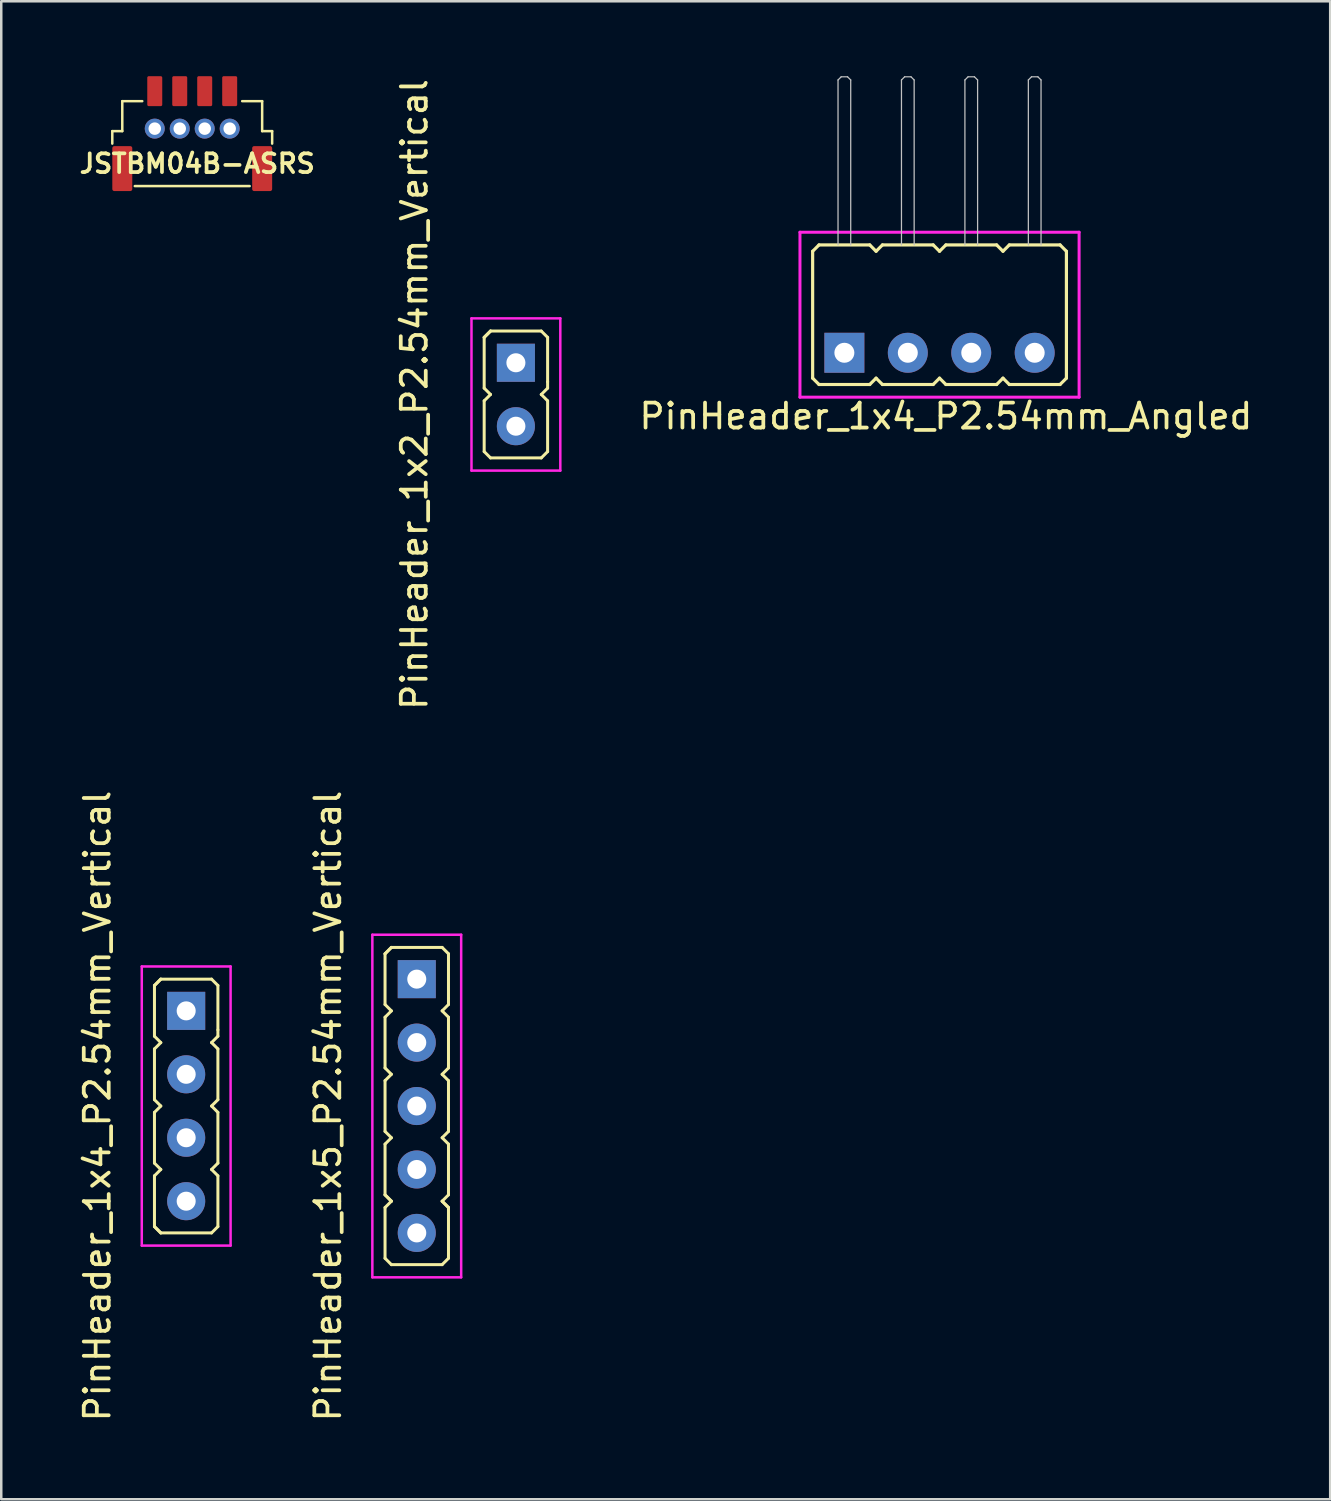
<source format=kicad_pcb>
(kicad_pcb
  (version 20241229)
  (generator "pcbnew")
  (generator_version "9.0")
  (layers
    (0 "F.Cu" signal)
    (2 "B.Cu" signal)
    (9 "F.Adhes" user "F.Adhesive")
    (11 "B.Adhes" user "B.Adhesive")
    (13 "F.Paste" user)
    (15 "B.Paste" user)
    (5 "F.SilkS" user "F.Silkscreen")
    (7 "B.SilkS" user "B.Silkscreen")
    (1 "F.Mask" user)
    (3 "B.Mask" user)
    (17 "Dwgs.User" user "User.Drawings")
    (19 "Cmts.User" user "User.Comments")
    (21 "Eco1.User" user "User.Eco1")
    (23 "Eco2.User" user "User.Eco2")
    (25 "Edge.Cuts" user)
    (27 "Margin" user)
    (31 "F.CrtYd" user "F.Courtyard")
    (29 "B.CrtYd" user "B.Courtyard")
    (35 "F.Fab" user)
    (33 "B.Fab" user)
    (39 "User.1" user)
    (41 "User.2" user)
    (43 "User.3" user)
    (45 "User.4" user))
  (footprint "PinHeader_1x4_P2.54mm_Angled"
    (layer "F.Cu")
    (at 34.566 11.074)
    (property "Reference" "PinHeader_1x4_P2.54mm_Angled" (at 0.254 2.54 0) (layer "F.SilkS") (effects (font (size 1 1) (thickness 0.15))))
    (attr through_hole)
    (fp_line (start -5.08 1.016) (end -5.08 -4.064) (stroke (width 0.127) (type solid)) (layer "F.SilkS"))
    (fp_line (start -4.826 -4.318) (end -5.08 -4.064) (stroke (width 0.127) (type solid)) (layer "F.SilkS"))
    (fp_line (start -4.826 -4.318) (end -2.794 -4.318) (stroke (width 0.127) (type solid)) (layer "F.SilkS"))
    (fp_line (start -4.826 1.27) (end -5.08 1.016) (stroke (width 0.127) (type solid)) (layer "F.SilkS"))
    (fp_line (start -2.794 -4.318) (end -2.54 -4.064) (stroke (width 0.127) (type solid)) (layer "F.SilkS"))
    (fp_line (start -2.794 1.27) (end -4.826 1.27) (stroke (width 0.127) (type solid)) (layer "F.SilkS"))
    (fp_line (start -2.54 -4.064) (end -2.286 -4.318) (stroke (width 0.127) (type solid)) (layer "F.SilkS"))
    (fp_line (start -2.54 1.016) (end -2.794 1.27) (stroke (width 0.127) (type solid)) (layer "F.SilkS"))
    (fp_line (start -2.286 -4.318) (end -0.254 -4.318) (stroke (width 0.127) (type solid)) (layer "F.SilkS"))
    (fp_line (start -2.286 1.27) (end -2.54 1.016) (stroke (width 0.127) (type solid)) (layer "F.SilkS"))
    (fp_line (start -0.254 -4.318) (end 0 -4.064) (stroke (width 0.127) (type solid)) (layer "F.SilkS"))
    (fp_line (start -0.254 1.27) (end -2.286 1.27) (stroke (width 0.127) (type solid)) (layer "F.SilkS"))
    (fp_line (start 0 -4.064) (end 0.254 -4.318) (stroke (width 0.127) (type solid)) (layer "F.SilkS"))
    (fp_line (start 0 1.016) (end -0.254 1.27) (stroke (width 0.127) (type solid)) (layer "F.SilkS"))
    (fp_line (start 0.254 -4.318) (end 2.286 -4.318) (stroke (width 0.127) (type solid)) (layer "F.SilkS"))
    (fp_line (start 0.254 1.27) (end 0 1.016) (stroke (width 0.127) (type solid)) (layer "F.SilkS"))
    (fp_line (start 2.286 -4.318) (end 2.54 -4.064) (stroke (width 0.127) (type solid)) (layer "F.SilkS"))
    (fp_line (start 2.286 1.27) (end 0.254 1.27) (stroke (width 0.127) (type solid)) (layer "F.SilkS"))
    (fp_line (start 2.54 -4.064) (end 2.794 -4.318) (stroke (width 0.127) (type solid)) (layer "F.SilkS"))
    (fp_line (start 2.54 1.016) (end 2.286 1.27) (stroke (width 0.127) (type solid)) (layer "F.SilkS"))
    (fp_line (start 2.794 -4.318) (end 4.826 -4.318) (stroke (width 0.127) (type solid)) (layer "F.SilkS"))
    (fp_line (start 2.794 1.27) (end 2.54 1.016) (stroke (width 0.127) (type solid)) (layer "F.SilkS"))
    (fp_line (start 4.826 -4.318) (end 5.08 -4.064) (stroke (width 0.127) (type solid)) (layer "F.SilkS"))
    (fp_line (start 4.826 1.27) (end 2.794 1.27) (stroke (width 0.127) (type solid)) (layer "F.SilkS"))
    (fp_line (start 4.826 1.27) (end 5.08 1.016) (stroke (width 0.127) (type solid)) (layer "F.SilkS"))
    (fp_line (start 5.08 1.016) (end 5.08 -4.064) (stroke (width 0.127) (type solid)) (layer "F.SilkS"))
    (fp_line (start -4.064 -10.922) (end -3.937 -11.049) (stroke (width 0.05) (type solid)) (layer "Dwgs.User"))
    (fp_line (start -4.064 -4.318) (end -4.064 -10.922) (stroke (width 0.05) (type solid)) (layer "Dwgs.User"))
    (fp_line (start -3.937 -11.049) (end -3.683 -11.049) (stroke (width 0.05) (type solid)) (layer "Dwgs.User"))
    (fp_line (start -3.683 -11.049) (end -3.556 -10.922) (stroke (width 0.05) (type solid)) (layer "Dwgs.User"))
    (fp_line (start -3.556 -10.922) (end -3.556 -4.318) (stroke (width 0.05) (type solid)) (layer "Dwgs.User"))
    (fp_line (start -1.524 -10.922) (end -1.397 -11.049) (stroke (width 0.05) (type solid)) (layer "Dwgs.User"))
    (fp_line (start -1.524 -4.318) (end -1.524 -10.922) (stroke (width 0.05) (type solid)) (layer "Dwgs.User"))
    (fp_line (start -1.397 -11.049) (end -1.143 -11.049) (stroke (width 0.05) (type solid)) (layer "Dwgs.User"))
    (fp_line (start -1.143 -11.049) (end -1.016 -10.922) (stroke (width 0.05) (type solid)) (layer "Dwgs.User"))
    (fp_line (start -1.016 -10.922) (end -1.016 -4.318) (stroke (width 0.05) (type solid)) (layer "Dwgs.User"))
    (fp_line (start 1.016 -10.922) (end 1.143 -11.049) (stroke (width 0.05) (type solid)) (layer "Dwgs.User"))
    (fp_line (start 1.016 -4.318) (end 1.016 -10.922) (stroke (width 0.05) (type solid)) (layer "Dwgs.User"))
    (fp_line (start 1.143 -11.049) (end 1.397 -11.049) (stroke (width 0.05) (type solid)) (layer "Dwgs.User"))
    (fp_line (start 1.397 -11.049) (end 1.524 -10.922) (stroke (width 0.05) (type solid)) (layer "Dwgs.User"))
    (fp_line (start 1.524 -10.922) (end 1.524 -4.318) (stroke (width 0.05) (type solid)) (layer "Dwgs.User"))
    (fp_line (start 3.556 -10.922) (end 3.683 -11.049) (stroke (width 0.05) (type solid)) (layer "Dwgs.User"))
    (fp_line (start 3.556 -4.318) (end 3.556 -10.922) (stroke (width 0.05) (type solid)) (layer "Dwgs.User"))
    (fp_line (start 3.683 -11.049) (end 3.937 -11.049) (stroke (width 0.05) (type solid)) (layer "Dwgs.User"))
    (fp_line (start 3.937 -11.049) (end 4.064 -10.922) (stroke (width 0.05) (type solid)) (layer "Dwgs.User"))
    (fp_line (start 4.064 -10.922) (end 4.064 -4.318) (stroke (width 0.05) (type solid)) (layer "Dwgs.User"))
    (fp_line (start -5.588 -4.826) (end 5.588 -4.826) (stroke (width 0.12) (type solid)) (layer "F.CrtYd"))
    (fp_line (start -5.588 1.778) (end -5.588 -4.826) (stroke (width 0.12) (type solid)) (layer "F.CrtYd"))
    (fp_line (start -5.588 1.778) (end 5.588 1.778) (stroke (width 0.12) (type solid)) (layer "F.CrtYd"))
    (fp_line (start 5.588 -4.826) (end 5.588 1.778) (stroke (width 0.12) (type solid)) (layer "F.CrtYd"))
    (pad "1" thru_hole rect (at -3.81 0) (size 1.6 1.6) (drill 0.8) (layers "*.Cu" "*.Mask"))
    (pad "2" thru_hole circle (at -1.27 0) (size 1.6 1.6) (drill 0.8) (layers "*.Cu" "*.Mask"))
    (pad "3" thru_hole circle (at 1.27 0) (size 1.6 1.6) (drill 0.8) (layers "*.Cu" "*.Mask"))
    (pad "4" thru_hole circle (at 3.81 0) (size 1.6 1.6) (drill 0.8) (layers "*.Cu" "*.Mask")))
  (footprint "PinHeader_1x2_P2.54mm_Vertical"
    (layer "F.Cu")
    (at 17.605 12.744)
    (property "Reference" "PinHeader_1x2_P2.54mm_Vertical" (at -4.064 0 90) (layer "F.SilkS") (effects (font (size 1 1) (thickness 0.15))))
    (attr through_hole)
    (fp_line (start -1.27 -2.286) (end -1.016 -2.54) (stroke (width 0.12) (type solid)) (layer "F.SilkS"))
    (fp_line (start -1.27 -2.286) (end -1.016 -2.54) (stroke (width 0.12) (type solid)) (layer "F.SilkS"))
    (fp_line (start -1.27 -0.254) (end -1.27 -2.286) (stroke (width 0.12) (type solid)) (layer "F.SilkS"))
    (fp_line (start -1.27 0.254) (end -1.016 0) (stroke (width 0.12) (type solid)) (layer "F.SilkS"))
    (fp_line (start -1.27 2.286) (end -1.27 0.254) (stroke (width 0.12) (type solid)) (layer "F.SilkS"))
    (fp_line (start -1.016 0) (end -1.27 -0.254) (stroke (width 0.12) (type solid)) (layer "F.SilkS"))
    (fp_line (start -1.016 2.54) (end -1.27 2.286) (stroke (width 0.12) (type solid)) (layer "F.SilkS"))
    (fp_line (start 1.016 -2.54) (end -1.016 -2.54) (stroke (width 0.12) (type solid)) (layer "F.SilkS"))
    (fp_line (start 1.016 0) (end 1.27 0.254) (stroke (width 0.12) (type solid)) (layer "F.SilkS"))
    (fp_line (start 1.016 2.54) (end -1.016 2.54) (stroke (width 0.12) (type solid)) (layer "F.SilkS"))
    (fp_line (start 1.27 -2.286) (end 1.016 -2.54) (stroke (width 0.12) (type solid)) (layer "F.SilkS"))
    (fp_line (start 1.27 -2.286) (end 1.27 -0.508) (stroke (width 0.12) (type solid)) (layer "F.SilkS"))
    (fp_line (start 1.27 -0.508) (end 1.27 -0.254) (stroke (width 0.12) (type solid)) (layer "F.SilkS"))
    (fp_line (start 1.27 -0.254) (end 1.016 0) (stroke (width 0.12) (type solid)) (layer "F.SilkS"))
    (fp_line (start 1.27 0.254) (end 1.27 2.286) (stroke (width 0.12) (type solid)) (layer "F.SilkS"))
    (fp_line (start 1.27 2.286) (end 1.016 2.54) (stroke (width 0.12) (type solid)) (layer "F.SilkS"))
    (fp_line (start -1.778 3.048) (end -1.778 -3.048) (stroke (width 0.1) (type solid)) (layer "F.CrtYd"))
    (fp_line (start 1.778 -3.048) (end -1.778 -3.048) (stroke (width 0.1) (type solid)) (layer "F.CrtYd"))
    (fp_line (start 1.778 -3.048) (end 1.778 3.048) (stroke (width 0.1) (type solid)) (layer "F.CrtYd"))
    (fp_line (start 1.778 3.048) (end -1.778 3.048) (stroke (width 0.1) (type solid)) (layer "F.CrtYd"))
    (pad "1" thru_hole rect (at 0 -1.27) (size 1.524 1.524) (drill 0.762) (layers "*.Cu" "*.Mask"))
    (pad "2" thru_hole oval (at 0 1.27) (size 1.524 1.524) (drill 0.762) (layers "*.Cu" "*.Mask")))
  (footprint "PinHeader_1x4_P2.54mm_Vertical"
    (layer "F.Cu")
    (at 4.404 41.232)
    (property "Reference" "PinHeader_1x4_P2.54mm_Vertical" (at -3.556 0 90) (layer "F.SilkS") (effects (font (size 1 1) (thickness 0.15))))
    (attr through_hole)
    (fp_line (start -1.27 -4.826) (end -1.016 -5.08) (stroke (width 0.12) (type solid)) (layer "F.SilkS"))
    (fp_line (start -1.27 -4.826) (end -1.016 -5.08) (stroke (width 0.12) (type solid)) (layer "F.SilkS"))
    (fp_line (start -1.27 -2.794) (end -1.27 -4.826) (stroke (width 0.12) (type solid)) (layer "F.SilkS"))
    (fp_line (start -1.27 -2.286) (end -1.016 -2.54) (stroke (width 0.12) (type solid)) (layer "F.SilkS"))
    (fp_line (start -1.27 -0.254) (end -1.27 -2.286) (stroke (width 0.12) (type solid)) (layer "F.SilkS"))
    (fp_line (start -1.27 0.254) (end -1.016 0) (stroke (width 0.12) (type solid)) (layer "F.SilkS"))
    (fp_line (start -1.27 2.286) (end -1.27 0.254) (stroke (width 0.12) (type solid)) (layer "F.SilkS"))
    (fp_line (start -1.27 2.794) (end -1.016 2.54) (stroke (width 0.12) (type solid)) (layer "F.SilkS"))
    (fp_line (start -1.27 4.826) (end -1.27 2.794) (stroke (width 0.12) (type solid)) (layer "F.SilkS"))
    (fp_line (start -1.016 -2.54) (end -1.27 -2.794) (stroke (width 0.12) (type solid)) (layer "F.SilkS"))
    (fp_line (start -1.016 0) (end -1.27 -0.254) (stroke (width 0.12) (type solid)) (layer "F.SilkS"))
    (fp_line (start -1.016 2.54) (end -1.27 2.286) (stroke (width 0.12) (type solid)) (layer "F.SilkS"))
    (fp_line (start -1.016 5.08) (end -1.27 4.826) (stroke (width 0.12) (type solid)) (layer "F.SilkS"))
    (fp_line (start -1.016 5.08) (end -1.27 4.826) (stroke (width 0.12) (type solid)) (layer "F.SilkS"))
    (fp_line (start -1.016 5.08) (end 1.016 5.08) (stroke (width 0.12) (type solid)) (layer "F.SilkS"))
    (fp_line (start 1.016 -5.08) (end -1.016 -5.08) (stroke (width 0.12) (type solid)) (layer "F.SilkS"))
    (fp_line (start 1.016 -2.54) (end 1.27 -2.286) (stroke (width 0.12) (type solid)) (layer "F.SilkS"))
    (fp_line (start 1.016 0) (end 1.27 0.254) (stroke (width 0.12) (type solid)) (layer "F.SilkS"))
    (fp_line (start 1.016 2.54) (end 1.27 2.794) (stroke (width 0.12) (type solid)) (layer "F.SilkS"))
    (fp_line (start 1.27 -4.826) (end 1.016 -5.08) (stroke (width 0.12) (type solid)) (layer "F.SilkS"))
    (fp_line (start 1.27 -4.826) (end 1.27 -3.048) (stroke (width 0.12) (type solid)) (layer "F.SilkS"))
    (fp_line (start 1.27 -3.048) (end 1.27 -2.794) (stroke (width 0.12) (type solid)) (layer "F.SilkS"))
    (fp_line (start 1.27 -2.794) (end 1.016 -2.54) (stroke (width 0.12) (type solid)) (layer "F.SilkS"))
    (fp_line (start 1.27 -2.286) (end 1.27 -0.254) (stroke (width 0.12) (type solid)) (layer "F.SilkS"))
    (fp_line (start 1.27 -0.254) (end 1.016 0) (stroke (width 0.12) (type solid)) (layer "F.SilkS"))
    (fp_line (start 1.27 0.254) (end 1.27 2.286) (stroke (width 0.12) (type solid)) (layer "F.SilkS"))
    (fp_line (start 1.27 2.286) (end 1.016 2.54) (stroke (width 0.12) (type solid)) (layer "F.SilkS"))
    (fp_line (start 1.27 2.794) (end 1.27 4.826) (stroke (width 0.12) (type solid)) (layer "F.SilkS"))
    (fp_line (start 1.27 4.826) (end 1.016 5.08) (stroke (width 0.12) (type solid)) (layer "F.SilkS"))
    (fp_line (start -1.778 5.588) (end -1.778 -5.588) (stroke (width 0.1) (type solid)) (layer "F.CrtYd"))
    (fp_line (start -1.778 5.588) (end 1.778 5.588) (stroke (width 0.1) (type solid)) (layer "F.CrtYd"))
    (fp_line (start 1.778 -5.588) (end -1.778 -5.588) (stroke (width 0.1) (type solid)) (layer "F.CrtYd"))
    (fp_line (start 1.778 -5.588) (end 1.778 5.588) (stroke (width 0.1) (type solid)) (layer "F.CrtYd"))
    (pad "1" thru_hole rect (at 0 -3.81) (size 1.524 1.524) (drill 0.762) (layers "*.Cu" "*.Mask"))
    (pad "2" thru_hole oval (at 0 -1.27) (size 1.524 1.524) (drill 0.762) (layers "*.Cu" "*.Mask"))
    (pad "3" thru_hole oval (at 0 1.27) (size 1.524 1.524) (drill 0.762) (layers "*.Cu" "*.Mask"))
    (pad "4" thru_hole oval (at 0 3.81) (size 1.524 1.524) (drill 0.762) (layers "*.Cu" "*.Mask")))
  (footprint "JSTBM04B-ASRS"
    (layer "F.Cu")
    (at 4.646 4.6)
    (property "Reference" "JSTBM04B-ASRS" (at 0.2 -1.1 0) (layer "F.SilkS") (effects (font (size 0.75 0.75) (thickness 0.15))))
    (attr through_hole)
    (fp_line (start -3.2 -2.4) (end -2.8 -2.4) (stroke (width 0.1) (type solid)) (layer "F.SilkS"))
    (fp_line (start -3.2 -1.9) (end -3.2 -2.4) (stroke (width 0.1) (type solid)) (layer "F.SilkS"))
    (fp_line (start -2.8 -3.6) (end -2 -3.6) (stroke (width 0.1) (type solid)) (layer "F.SilkS"))
    (fp_line (start -2.8 -2.4) (end -2.8 -3.6) (stroke (width 0.1) (type solid)) (layer "F.SilkS"))
    (fp_line (start -2.3 -0.2) (end 2.3 -0.2) (stroke (width 0.1) (type solid)) (layer "F.SilkS"))
    (fp_line (start 2.8 -3.6) (end 2 -3.6) (stroke (width 0.1) (type solid)) (layer "F.SilkS"))
    (fp_line (start 2.8 -2.4) (end 2.8 -3.6) (stroke (width 0.1) (type solid)) (layer "F.SilkS"))
    (fp_line (start 3.2 -2.4) (end 2.8 -2.4) (stroke (width 0.1) (type solid)) (layer "F.SilkS"))
    (fp_line (start 3.2 -1.9) (end 3.2 -2.4) (stroke (width 0.1) (type solid)) (layer "F.SilkS"))
    (pad "1" smd roundrect (at -1.5 -4) (size 0.6 1.2) (layers "F.Cu" "F.Mask" "F.Paste") (roundrect_rratio 0.1))
    (pad "1" thru_hole circle (at -1.5 -2.5) (size 0.8 0.8) (drill 0.5) (layers "*.Cu" "*.Mask"))
    (pad "2" smd roundrect (at -0.5 -4) (size 0.6 1.2) (layers "F.Cu" "F.Mask" "F.Paste") (roundrect_rratio 0.1))
    (pad "2" thru_hole circle (at -0.5 -2.5) (size 0.8 0.8) (drill 0.5) (layers "*.Cu" "*.Mask"))
    (pad "3" smd roundrect (at 0.5 -4) (size 0.6 1.2) (layers "F.Cu" "F.Mask" "F.Paste") (roundrect_rratio 0.1))
    (pad "3" thru_hole circle (at 0.5 -2.5) (size 0.8 0.8) (drill 0.5) (layers "*.Cu" "*.Mask"))
    (pad "4" smd roundrect (at 1.5 -4) (size 0.6 1.2) (layers "F.Cu" "F.Mask" "F.Paste") (roundrect_rratio 0.1))
    (pad "4" thru_hole circle (at 1.5 -2.5) (size 0.8 0.8) (drill 0.5) (layers "*.Cu" "*.Mask"))
    (pad "E" smd roundrect (at -2.8 -0.9) (size 0.8 1.8) (layers "F.Cu" "F.Mask" "F.Paste") (roundrect_rratio 0.1))
    (pad "F" smd roundrect (at 2.8 -0.9) (size 0.8 1.8) (layers "F.Cu" "F.Mask" "F.Paste") (roundrect_rratio 0.1)))
  (footprint "PinHeader_1x5_P2.54mm_Vertical"
    (layer "F.Cu")
    (at 13.636 41.232)
    (property "Reference" "PinHeader_1x5_P2.54mm_Vertical" (at -3.556 0 90) (layer "F.SilkS") (effects (font (size 1 1) (thickness 0.15))))
    (attr through_hole)
    (fp_line (start -1.27 -6.096) (end -1.016 -6.35) (stroke (width 0.12) (type solid)) (layer "F.SilkS"))
    (fp_line (start -1.27 -6.096) (end -1.016 -6.35) (stroke (width 0.12) (type solid)) (layer "F.SilkS"))
    (fp_line (start -1.27 -4.064) (end -1.27 -6.096) (stroke (width 0.12) (type solid)) (layer "F.SilkS"))
    (fp_line (start -1.27 -3.556) (end -1.016 -3.81) (stroke (width 0.12) (type solid)) (layer "F.SilkS"))
    (fp_line (start -1.27 -1.524) (end -1.27 -3.556) (stroke (width 0.12) (type solid)) (layer "F.SilkS"))
    (fp_line (start -1.27 -1.016) (end -1.016 -1.27) (stroke (width 0.12) (type solid)) (layer "F.SilkS"))
    (fp_line (start -1.27 1.016) (end -1.27 -1.016) (stroke (width 0.12) (type solid)) (layer "F.SilkS"))
    (fp_line (start -1.27 1.524) (end -1.016 1.27) (stroke (width 0.12) (type solid)) (layer "F.SilkS"))
    (fp_line (start -1.27 3.556) (end -1.27 1.524) (stroke (width 0.12) (type solid)) (layer "F.SilkS"))
    (fp_line (start -1.27 4.064) (end -1.016 3.81) (stroke (width 0.12) (type solid)) (layer "F.SilkS"))
    (fp_line (start -1.27 6.096) (end -1.27 4.064) (stroke (width 0.12) (type solid)) (layer "F.SilkS"))
    (fp_line (start -1.016 -3.81) (end -1.27 -4.064) (stroke (width 0.12) (type solid)) (layer "F.SilkS"))
    (fp_line (start -1.016 -1.27) (end -1.27 -1.524) (stroke (width 0.12) (type solid)) (layer "F.SilkS"))
    (fp_line (start -1.016 1.27) (end -1.27 1.016) (stroke (width 0.12) (type solid)) (layer "F.SilkS"))
    (fp_line (start -1.016 3.81) (end -1.27 3.556) (stroke (width 0.12) (type solid)) (layer "F.SilkS"))
    (fp_line (start -1.016 3.81) (end -1.27 3.556) (stroke (width 0.12) (type solid)) (layer "F.SilkS"))
    (fp_line (start -1.016 6.35) (end -1.27 6.096) (stroke (width 0.12) (type solid)) (layer "F.SilkS"))
    (fp_line (start -1.016 6.35) (end 1.016 6.35) (stroke (width 0.12) (type solid)) (layer "F.SilkS"))
    (fp_line (start 1.016 -6.35) (end -1.016 -6.35) (stroke (width 0.12) (type solid)) (layer "F.SilkS"))
    (fp_line (start 1.016 -3.81) (end 1.27 -3.556) (stroke (width 0.12) (type solid)) (layer "F.SilkS"))
    (fp_line (start 1.016 -1.27) (end 1.27 -1.016) (stroke (width 0.12) (type solid)) (layer "F.SilkS"))
    (fp_line (start 1.016 1.27) (end 1.27 1.524) (stroke (width 0.12) (type solid)) (layer "F.SilkS"))
    (fp_line (start 1.016 3.81) (end 1.27 4.064) (stroke (width 0.12) (type solid)) (layer "F.SilkS"))
    (fp_line (start 1.016 3.81) (end 1.27 4.064) (stroke (width 0.12) (type solid)) (layer "F.SilkS"))
    (fp_line (start 1.27 -6.096) (end 1.016 -6.35) (stroke (width 0.12) (type solid)) (layer "F.SilkS"))
    (fp_line (start 1.27 -6.096) (end 1.27 -4.318) (stroke (width 0.12) (type solid)) (layer "F.SilkS"))
    (fp_line (start 1.27 -4.318) (end 1.27 -4.064) (stroke (width 0.12) (type solid)) (layer "F.SilkS"))
    (fp_line (start 1.27 -4.064) (end 1.016 -3.81) (stroke (width 0.12) (type solid)) (layer "F.SilkS"))
    (fp_line (start 1.27 -3.556) (end 1.27 -1.524) (stroke (width 0.12) (type solid)) (layer "F.SilkS"))
    (fp_line (start 1.27 -1.524) (end 1.016 -1.27) (stroke (width 0.12) (type solid)) (layer "F.SilkS"))
    (fp_line (start 1.27 -1.016) (end 1.27 1.016) (stroke (width 0.12) (type solid)) (layer "F.SilkS"))
    (fp_line (start 1.27 1.016) (end 1.016 1.27) (stroke (width 0.12) (type solid)) (layer "F.SilkS"))
    (fp_line (start 1.27 1.524) (end 1.27 3.556) (stroke (width 0.12) (type solid)) (layer "F.SilkS"))
    (fp_line (start 1.27 3.556) (end 1.016 3.81) (stroke (width 0.12) (type solid)) (layer "F.SilkS"))
    (fp_line (start 1.27 4.064) (end 1.27 6.096) (stroke (width 0.12) (type solid)) (layer "F.SilkS"))
    (fp_line (start 1.27 6.096) (end 1.016 6.35) (stroke (width 0.12) (type solid)) (layer "F.SilkS"))
    (fp_line (start -1.778 6.858) (end -1.778 -6.858) (stroke (width 0.1) (type solid)) (layer "F.CrtYd"))
    (fp_line (start -1.778 6.858) (end 1.778 6.858) (stroke (width 0.1) (type solid)) (layer "F.CrtYd"))
    (fp_line (start 1.778 -6.858) (end -1.778 -6.858) (stroke (width 0.1) (type solid)) (layer "F.CrtYd"))
    (fp_line (start 1.778 -6.858) (end 1.778 6.858) (stroke (width 0.1) (type solid)) (layer "F.CrtYd"))
    (pad "1" thru_hole rect (at 0 -5.08) (size 1.524 1.524) (drill 0.762) (layers "*.Cu" "*.Mask"))
    (pad "2" thru_hole oval (at 0 -2.54) (size 1.524 1.524) (drill 0.762) (layers "*.Cu" "*.Mask"))
    (pad "3" thru_hole oval (at 0 0) (size 1.524 1.524) (drill 0.762) (layers "*.Cu" "*.Mask"))
    (pad "4" thru_hole oval (at 0 2.54) (size 1.524 1.524) (drill 0.762) (layers "*.Cu" "*.Mask"))
    (pad "5" thru_hole oval (at 0 5.08) (size 1.524 1.524) (drill 0.762) (layers "*.Cu" "*.Mask")))
  (gr_rect
    (start -3 -3)
    (end 50.207 56.976)
    (stroke (width 0.1) (type default))
    (fill no)
    (layer "Edge.Cuts")))
</source>
